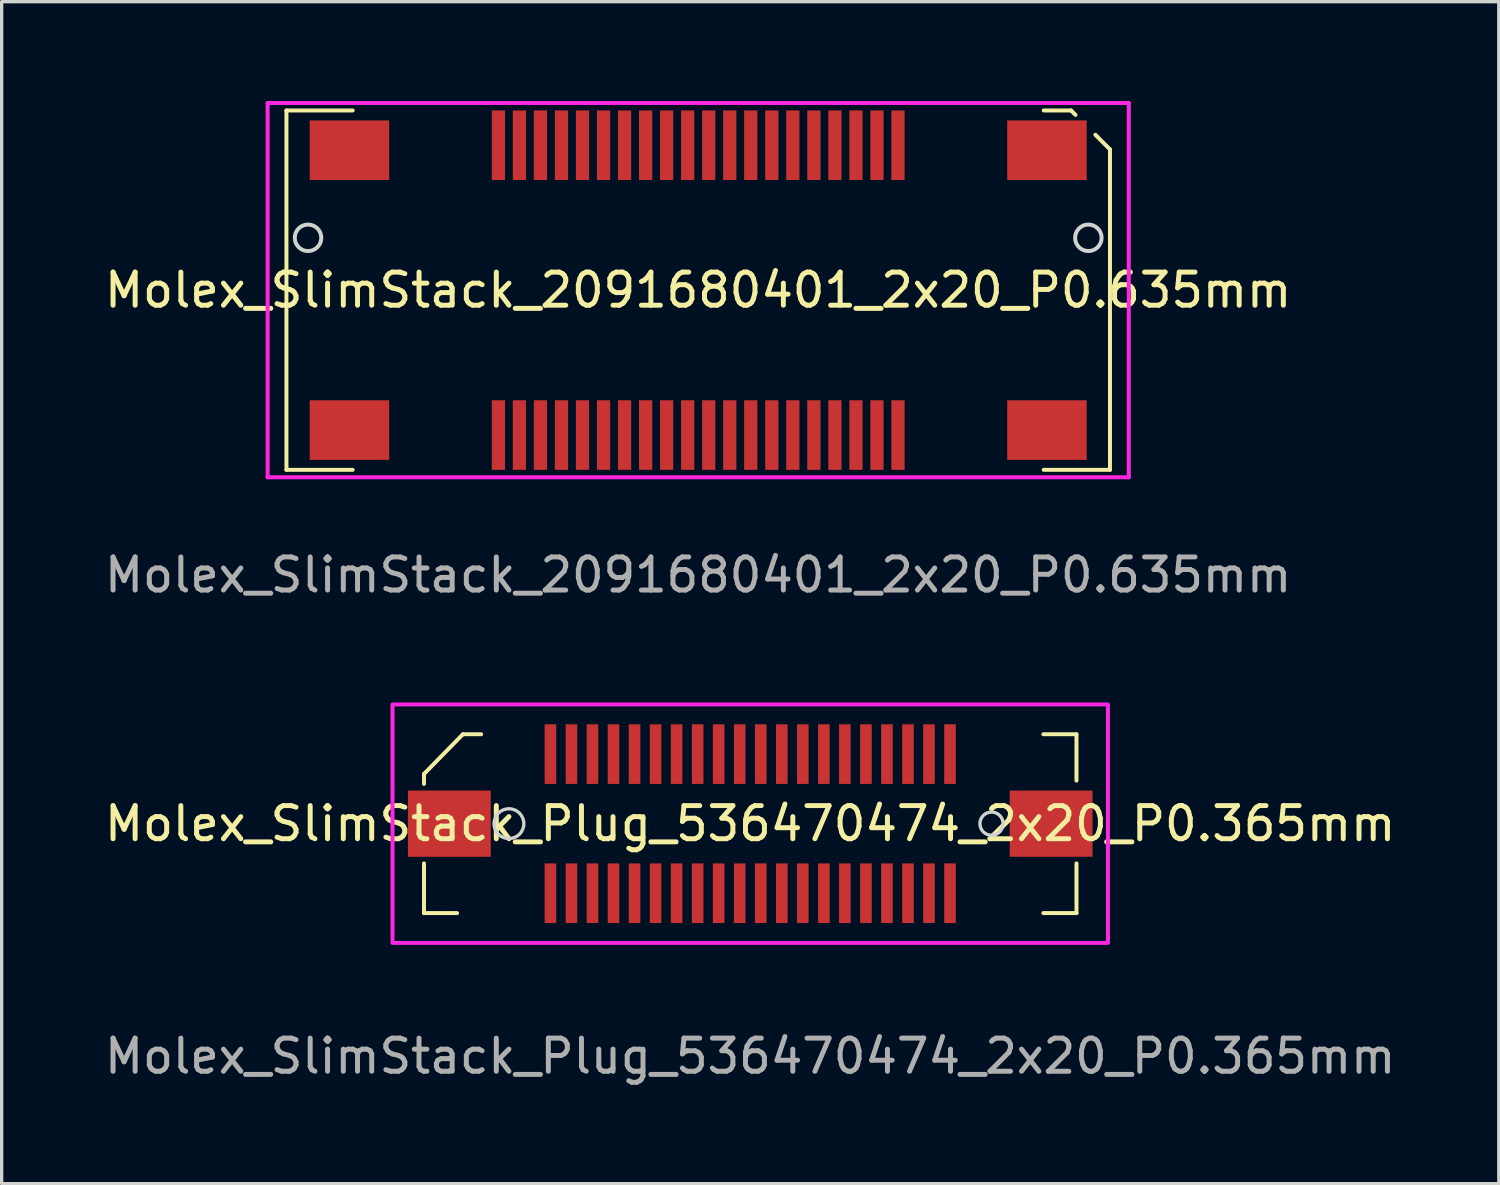
<source format=kicad_pcb>
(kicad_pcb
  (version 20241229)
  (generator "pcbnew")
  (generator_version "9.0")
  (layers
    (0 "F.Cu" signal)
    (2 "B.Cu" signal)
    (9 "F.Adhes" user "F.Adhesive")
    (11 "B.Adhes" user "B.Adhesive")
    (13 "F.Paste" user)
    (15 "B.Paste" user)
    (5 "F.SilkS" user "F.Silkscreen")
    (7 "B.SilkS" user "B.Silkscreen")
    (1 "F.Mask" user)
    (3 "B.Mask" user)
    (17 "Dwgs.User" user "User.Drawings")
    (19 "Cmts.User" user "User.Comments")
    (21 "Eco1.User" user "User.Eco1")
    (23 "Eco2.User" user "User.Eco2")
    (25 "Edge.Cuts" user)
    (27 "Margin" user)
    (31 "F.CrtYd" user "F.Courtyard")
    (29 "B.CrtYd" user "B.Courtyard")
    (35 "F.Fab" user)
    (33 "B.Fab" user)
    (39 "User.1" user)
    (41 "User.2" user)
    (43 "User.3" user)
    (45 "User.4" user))
  (footprint "Molex_SlimStack_2091680401_2x20_P0.635mm"
    (layer "F.Cu")
    (at 18.03 5.71)
    (property "Reference" "Molex_SlimStack_2091680401_2x20_P0.635mm" (at 0 0 0) (unlocked yes) (layer "F.SilkS") (effects (font (size 1 1) (thickness 0.15))))
    (attr smd)
    (fp_line (start -12.432 -5.425) (end -10.432 -5.425) (stroke (width 0.12) (type solid)) (layer "F.SilkS"))
    (fp_line (start -12.432 5.425) (end -12.432 -5.425) (stroke (width 0.12) (type solid)) (layer "F.SilkS"))
    (fp_line (start -12.432 5.425) (end -10.432 5.425) (stroke (width 0.12) (type solid)) (layer "F.SilkS"))
    (fp_line (start 11.258 -5.425) (end 10.432 -5.425) (stroke (width 0.12) (type solid)) (layer "F.SilkS"))
    (fp_line (start 11.391 -5.291) (end 11.258 -5.425) (stroke (width 0.12) (type solid)) (layer "F.SilkS"))
    (fp_line (start 12.432 -4.25) (end 11.991 -4.691) (stroke (width 0.12) (type solid)) (layer "F.SilkS"))
    (fp_line (start 12.432 -4.25) (end 12.432 5.425) (stroke (width 0.12) (type solid)) (layer "F.SilkS"))
    (fp_line (start 12.432 5.425) (end 10.432 5.425) (stroke (width 0.12) (type solid)) (layer "F.SilkS"))
    (fp_circle (center -11.78 -1.58) (end -11.38 -1.58) (stroke (width 0.12) (type solid)) (fill no) (layer "Edge.Cuts"))
    (fp_circle (center 11.78 -1.58) (end 12.18 -1.58) (stroke (width 0.12) (type solid)) (fill no) (layer "Edge.Cuts"))
    (fp_line (start -13 -5.65) (end -13 5.65) (stroke (width 0.12) (type solid)) (layer "F.CrtYd"))
    (fp_line (start -13 -5.65) (end 13 -5.65) (stroke (width 0.12) (type solid)) (layer "F.CrtYd"))
    (fp_line (start -13 5.65) (end 13 5.65) (stroke (width 0.12) (type solid)) (layer "F.CrtYd"))
    (fp_rect (start 13 -5.65) (end 13 5.65) (stroke (width 0.12) (type solid)) (fill no) (layer "F.CrtYd"))
    (fp_text user "${REFERENCE}" (at 0 8.6 0) (unlocked yes) (layer "F.Fab") (effects (font (size 1 1) (thickness 0.15))))
    (pad "1" smd rect (at 6.032 -4.375 90) (size 2.1 0.4) (layers "F.Cu" "F.Mask" "F.Paste"))
    (pad "2" smd rect (at 5.397 -4.375 90) (size 2.1 0.4) (layers "F.Cu" "F.Mask" "F.Paste"))
    (pad "3" smd rect (at 4.763 -4.375 90) (size 2.1 0.4) (layers "F.Cu" "F.Mask" "F.Paste"))
    (pad "4" smd rect (at 4.128 -4.375 90) (size 2.1 0.4) (layers "F.Cu" "F.Mask" "F.Paste"))
    (pad "5" smd rect (at 3.493 -4.375 90) (size 2.1 0.4) (layers "F.Cu" "F.Mask" "F.Paste"))
    (pad "6" smd rect (at 2.857 -4.375 90) (size 2.1 0.4) (layers "F.Cu" "F.Mask" "F.Paste"))
    (pad "7" smd rect (at 2.223 -4.375 90) (size 2.1 0.4) (layers "F.Cu" "F.Mask" "F.Paste"))
    (pad "8" smd rect (at 1.587 -4.375 90) (size 2.1 0.4) (layers "F.Cu" "F.Mask" "F.Paste"))
    (pad "9" smd rect (at 0.953 -4.375 90) (size 2.1 0.4) (layers "F.Cu" "F.Mask" "F.Paste"))
    (pad "10" smd rect (at 0.318 -4.375 90) (size 2.1 0.4) (layers "F.Cu" "F.Mask" "F.Paste"))
    (pad "11" smd rect (at -0.318 -4.375 90) (size 2.1 0.4) (layers "F.Cu" "F.Mask" "F.Paste"))
    (pad "12" smd rect (at -0.953 -4.375 90) (size 2.1 0.4) (layers "F.Cu" "F.Mask" "F.Paste"))
    (pad "13" smd rect (at -1.587 -4.375 90) (size 2.1 0.4) (layers "F.Cu" "F.Mask" "F.Paste"))
    (pad "14" smd rect (at -2.223 -4.375 90) (size 2.1 0.4) (layers "F.Cu" "F.Mask" "F.Paste"))
    (pad "15" smd rect (at -2.857 -4.375 90) (size 2.1 0.4) (layers "F.Cu" "F.Mask" "F.Paste"))
    (pad "16" smd rect (at -3.493 -4.375 90) (size 2.1 0.4) (layers "F.Cu" "F.Mask" "F.Paste"))
    (pad "17" smd rect (at -4.128 -4.375 90) (size 2.1 0.4) (layers "F.Cu" "F.Mask" "F.Paste"))
    (pad "18" smd rect (at -4.763 -4.375 90) (size 2.1 0.4) (layers "F.Cu" "F.Mask" "F.Paste"))
    (pad "19" smd rect (at -5.397 -4.375 90) (size 2.1 0.4) (layers "F.Cu" "F.Mask" "F.Paste"))
    (pad "20" smd rect (at -6.032 -4.375 90) (size 2.1 0.4) (layers "F.Cu" "F.Mask" "F.Paste"))
    (pad "21" smd rect (at -6.032 4.375 90) (size 2.1 0.4) (layers "F.Cu" "F.Mask" "F.Paste"))
    (pad "22" smd rect (at -5.397 4.375 90) (size 2.1 0.4) (layers "F.Cu" "F.Mask" "F.Paste"))
    (pad "23" smd rect (at -4.763 4.375 90) (size 2.1 0.4) (layers "F.Cu" "F.Mask" "F.Paste"))
    (pad "24" smd rect (at -4.128 4.375 90) (size 2.1 0.4) (layers "F.Cu" "F.Mask" "F.Paste"))
    (pad "25" smd rect (at -3.493 4.375 90) (size 2.1 0.4) (layers "F.Cu" "F.Mask" "F.Paste"))
    (pad "26" smd rect (at -2.857 4.375 90) (size 2.1 0.4) (layers "F.Cu" "F.Mask" "F.Paste"))
    (pad "27" smd rect (at -2.223 4.375 90) (size 2.1 0.4) (layers "F.Cu" "F.Mask" "F.Paste"))
    (pad "28" smd rect (at -1.587 4.375 90) (size 2.1 0.4) (layers "F.Cu" "F.Mask" "F.Paste"))
    (pad "29" smd rect (at -0.953 4.375 90) (size 2.1 0.4) (layers "F.Cu" "F.Mask" "F.Paste"))
    (pad "30" smd rect (at -0.318 4.375 90) (size 2.1 0.4) (layers "F.Cu" "F.Mask" "F.Paste"))
    (pad "31" smd rect (at 0.318 4.375 90) (size 2.1 0.4) (layers "F.Cu" "F.Mask" "F.Paste"))
    (pad "32" smd rect (at 0.953 4.375 90) (size 2.1 0.4) (layers "F.Cu" "F.Mask" "F.Paste"))
    (pad "33" smd rect (at 1.587 4.375 90) (size 2.1 0.4) (layers "F.Cu" "F.Mask" "F.Paste"))
    (pad "34" smd rect (at 2.223 4.375 90) (size 2.1 0.4) (layers "F.Cu" "F.Mask" "F.Paste"))
    (pad "35" smd rect (at 2.857 4.375 90) (size 2.1 0.4) (layers "F.Cu" "F.Mask" "F.Paste"))
    (pad "36" smd rect (at 3.493 4.375 90) (size 2.1 0.4) (layers "F.Cu" "F.Mask" "F.Paste"))
    (pad "37" smd rect (at 4.128 4.375 90) (size 2.1 0.4) (layers "F.Cu" "F.Mask" "F.Paste"))
    (pad "38" smd rect (at 4.763 4.375 90) (size 2.1 0.4) (layers "F.Cu" "F.Mask" "F.Paste"))
    (pad "39" smd rect (at 5.397 4.375 90) (size 2.1 0.4) (layers "F.Cu" "F.Mask" "F.Paste"))
    (pad "40" smd rect (at 6.032 4.375 90) (size 2.1 0.4) (layers "F.Cu" "F.Mask" "F.Paste"))
    (pad "GND" smd rect (at -10.53 -4.225) (size 2.4 1.8) (layers "F.Cu" "F.Mask" "F.Paste"))
    (pad "GND" smd rect (at -10.53 4.225) (size 2.4 1.8) (layers "F.Cu" "F.Mask" "F.Paste"))
    (pad "GND" smd rect (at 10.53 -4.225) (size 2.4 1.8) (layers "F.Cu" "F.Mask" "F.Paste"))
    (pad "GND" smd rect (at 10.53 4.225) (size 2.4 1.8) (layers "F.Cu" "F.Mask" "F.Paste")))
  (footprint "Molex_SlimStack_Plug_536470474_2x20_P0.365mm"
    (layer "F.Cu")
    (at 19.601 21.818)
    (property "Reference" "Molex_SlimStack_Plug_536470474_2x20_P0.365mm" (at 0 0 0) (unlocked yes) (layer "F.SilkS") (effects (font (size 1 1) (thickness 0.15))))
    (attr smd)
    (fp_line (start -9.85 -1.5) (end -9.85 -1.2) (stroke (width 0.12) (type solid)) (layer "F.SilkS"))
    (fp_line (start -9.85 -1.5) (end -8.675 -2.7) (stroke (width 0.12) (type solid)) (layer "F.SilkS"))
    (fp_line (start -9.85 1.2) (end -9.85 2.7) (stroke (width 0.12) (type solid)) (layer "F.SilkS"))
    (fp_line (start -9.85 2.7) (end -8.85 2.7) (stroke (width 0.12) (type solid)) (layer "F.SilkS"))
    (fp_line (start -8.675 -2.7) (end -8.125 -2.7) (stroke (width 0.12) (type solid)) (layer "F.SilkS"))
    (fp_line (start 9.85 -2.7) (end 8.85 -2.7) (stroke (width 0.12) (type solid)) (layer "F.SilkS"))
    (fp_line (start 9.85 -2.7) (end 9.85 -1.3) (stroke (width 0.12) (type solid)) (layer "F.SilkS"))
    (fp_line (start 9.85 1.2) (end 9.85 2.7) (stroke (width 0.12) (type solid)) (layer "F.SilkS"))
    (fp_line (start 9.85 2.7) (end 8.85 2.7) (stroke (width 0.12) (type solid)) (layer "F.SilkS"))
    (fp_circle (center -7.285 0) (end -6.835 0) (stroke (width 0.1) (type solid)) (fill no) (layer "Edge.Cuts"))
    (fp_circle (center 7.285 0) (end 7.635 0) (stroke (width 0.1) (type solid)) (fill no) (layer "Edge.Cuts"))
    (fp_rect (start 10.8 -3.6) (end -10.8 3.6) (stroke (width 0.12) (type solid)) (fill no) (layer "F.CrtYd"))
    (fp_text user "${REFERENCE}" (at 0 7.02 0) (layer "F.Fab") (effects (font (size 1 1) (thickness 0.15))))
    (pad "1" smd rect (at -6.032 -2.1) (size 0.35 1.8) (layers "F.Cu" "F.Mask" "F.Paste"))
    (pad "2" smd rect (at -5.397 -2.1) (size 0.35 1.8) (layers "F.Cu" "F.Mask" "F.Paste"))
    (pad "3" smd rect (at -4.763 -2.1) (size 0.35 1.8) (layers "F.Cu" "F.Mask" "F.Paste"))
    (pad "4" smd rect (at -4.128 -2.1) (size 0.35 1.8) (layers "F.Cu" "F.Mask" "F.Paste"))
    (pad "5" smd rect (at -3.493 -2.1) (size 0.35 1.8) (layers "F.Cu" "F.Mask" "F.Paste"))
    (pad "6" smd rect (at -2.857 -2.1) (size 0.35 1.8) (layers "F.Cu" "F.Mask" "F.Paste"))
    (pad "7" smd rect (at -2.223 -2.1) (size 0.35 1.8) (layers "F.Cu" "F.Mask" "F.Paste"))
    (pad "8" smd rect (at -1.587 -2.1) (size 0.35 1.8) (layers "F.Cu" "F.Mask" "F.Paste"))
    (pad "9" smd rect (at -0.953 -2.1) (size 0.35 1.8) (layers "F.Cu" "F.Mask" "F.Paste"))
    (pad "10" smd rect (at -0.318 -2.1) (size 0.35 1.8) (layers "F.Cu" "F.Mask" "F.Paste"))
    (pad "11" smd rect (at 0.318 -2.1) (size 0.35 1.8) (layers "F.Cu" "F.Mask" "F.Paste"))
    (pad "12" smd rect (at 0.953 -2.1) (size 0.35 1.8) (layers "F.Cu" "F.Mask" "F.Paste"))
    (pad "13" smd rect (at 1.587 -2.1) (size 0.35 1.8) (layers "F.Cu" "F.Mask" "F.Paste"))
    (pad "14" smd rect (at 2.223 -2.1) (size 0.35 1.8) (layers "F.Cu" "F.Mask" "F.Paste"))
    (pad "15" smd rect (at 2.857 -2.1) (size 0.35 1.8) (layers "F.Cu" "F.Mask" "F.Paste"))
    (pad "16" smd rect (at 3.493 -2.1) (size 0.35 1.8) (layers "F.Cu" "F.Mask" "F.Paste"))
    (pad "17" smd rect (at 4.128 -2.1) (size 0.35 1.8) (layers "F.Cu" "F.Mask" "F.Paste"))
    (pad "18" smd rect (at 4.763 -2.1) (size 0.35 1.8) (layers "F.Cu" "F.Mask" "F.Paste"))
    (pad "19" smd rect (at 5.397 -2.1) (size 0.35 1.8) (layers "F.Cu" "F.Mask" "F.Paste"))
    (pad "20" smd rect (at 6.032 -2.1) (size 0.35 1.8) (layers "F.Cu" "F.Mask" "F.Paste"))
    (pad "21" smd rect (at 6.032 2.1) (size 0.35 1.8) (layers "F.Cu" "F.Mask" "F.Paste"))
    (pad "22" smd rect (at 5.397 2.1) (size 0.35 1.8) (layers "F.Cu" "F.Mask" "F.Paste"))
    (pad "23" smd rect (at 4.763 2.1) (size 0.35 1.8) (layers "F.Cu" "F.Mask" "F.Paste"))
    (pad "24" smd rect (at 4.128 2.1) (size 0.35 1.8) (layers "F.Cu" "F.Mask" "F.Paste"))
    (pad "25" smd rect (at 3.493 2.1) (size 0.35 1.8) (layers "F.Cu" "F.Mask" "F.Paste"))
    (pad "26" smd rect (at 2.857 2.1) (size 0.35 1.8) (layers "F.Cu" "F.Mask" "F.Paste"))
    (pad "27" smd rect (at 2.223 2.1) (size 0.35 1.8) (layers "F.Cu" "F.Mask" "F.Paste"))
    (pad "28" smd rect (at 1.587 2.1) (size 0.35 1.8) (layers "F.Cu" "F.Mask" "F.Paste"))
    (pad "29" smd rect (at 0.953 2.1) (size 0.35 1.8) (layers "F.Cu" "F.Mask" "F.Paste"))
    (pad "30" smd rect (at 0.318 2.1) (size 0.35 1.8) (layers "F.Cu" "F.Mask" "F.Paste"))
    (pad "31" smd rect (at -0.318 2.1) (size 0.35 1.8) (layers "F.Cu" "F.Mask" "F.Paste"))
    (pad "32" smd rect (at -0.953 2.1) (size 0.35 1.8) (layers "F.Cu" "F.Mask" "F.Paste"))
    (pad "33" smd rect (at -1.587 2.1) (size 0.35 1.8) (layers "F.Cu" "F.Mask" "F.Paste"))
    (pad "34" smd rect (at -2.223 2.1) (size 0.35 1.8) (layers "F.Cu" "F.Mask" "F.Paste"))
    (pad "35" smd rect (at -2.857 2.1) (size 0.35 1.8) (layers "F.Cu" "F.Mask" "F.Paste"))
    (pad "36" smd rect (at -3.493 2.1) (size 0.35 1.8) (layers "F.Cu" "F.Mask" "F.Paste"))
    (pad "37" smd rect (at -4.128 2.1) (size 0.35 1.8) (layers "F.Cu" "F.Mask" "F.Paste"))
    (pad "38" smd rect (at -4.763 2.1) (size 0.35 1.8) (layers "F.Cu" "F.Mask" "F.Paste"))
    (pad "39" smd rect (at -5.397 2.1) (size 0.35 1.8) (layers "F.Cu" "F.Mask" "F.Paste"))
    (pad "40" smd rect (at -6.032 2.1) (size 0.35 1.8) (layers "F.Cu" "F.Mask" "F.Paste"))
    (pad "MP" smd rect (at -9.085 0) (size 2.5 2) (layers "F.Cu" "F.Mask" "F.Paste"))
    (pad "MP" smd rect (at 9.085 0) (size 2.5 2) (layers "F.Cu" "F.Mask" "F.Paste")))
  (gr_rect
    (start -3 -3)
    (end 42.202 32.687)
    (stroke (width 0.1) (type default))
    (fill no)
    (layer "Edge.Cuts")))
</source>
